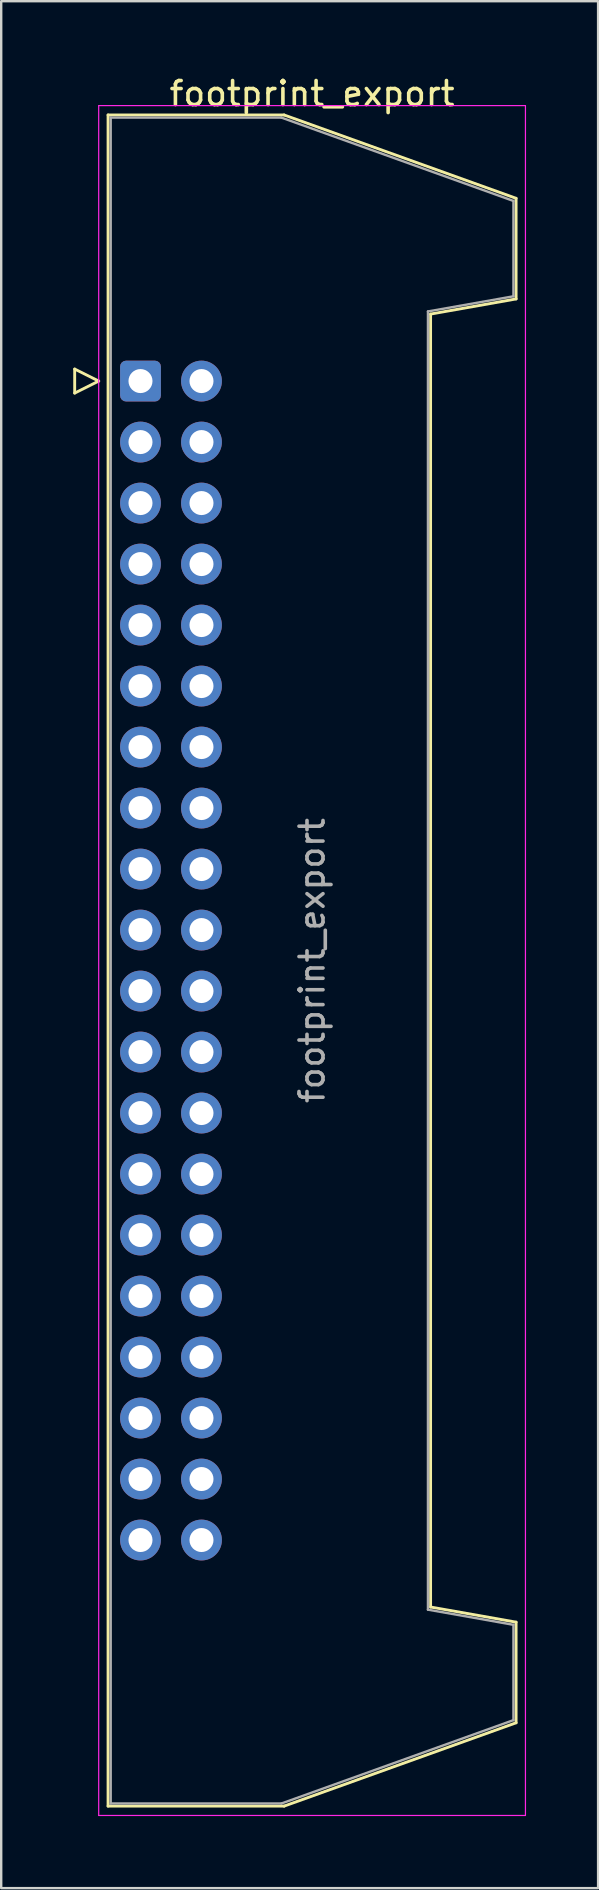
<source format=kicad_pcb>
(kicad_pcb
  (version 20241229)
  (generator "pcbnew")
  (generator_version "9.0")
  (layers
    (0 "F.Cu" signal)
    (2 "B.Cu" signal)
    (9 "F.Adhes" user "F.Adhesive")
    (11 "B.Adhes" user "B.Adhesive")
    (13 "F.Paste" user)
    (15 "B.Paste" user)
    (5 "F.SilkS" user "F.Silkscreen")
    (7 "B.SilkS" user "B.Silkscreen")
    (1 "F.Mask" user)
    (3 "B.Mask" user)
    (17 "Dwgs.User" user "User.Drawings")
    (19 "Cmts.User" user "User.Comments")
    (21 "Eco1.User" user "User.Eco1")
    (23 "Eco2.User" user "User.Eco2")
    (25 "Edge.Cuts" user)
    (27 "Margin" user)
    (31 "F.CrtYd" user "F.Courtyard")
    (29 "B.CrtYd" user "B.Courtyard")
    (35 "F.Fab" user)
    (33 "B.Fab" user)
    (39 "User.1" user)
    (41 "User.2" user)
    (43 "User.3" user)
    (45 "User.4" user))
  (footprint "footprint_export"
    (layer "F.Cu")
    (at 2.8 12.818)
    (property "Reference" "footprint_export" (at 7.145 -11.97 0) (layer "F.SilkS") (effects (font (size 1 1) (thickness 0.15))))
    (attr through_hole)
    (fp_line (start -2.74 -0.5) (end -2.74 0.5) (stroke (width 0.12) (type solid)) (layer "F.SilkS"))
    (fp_line (start -2.74 0.5) (end -1.74 0) (stroke (width 0.12) (type solid)) (layer "F.SilkS"))
    (fp_line (start -1.74 0) (end -2.74 -0.5) (stroke (width 0.12) (type solid)) (layer "F.SilkS"))
    (fp_line (start -1.35 -11.08) (end 5.98 -11.08) (stroke (width 0.12) (type solid)) (layer "F.SilkS"))
    (fp_line (start -1.35 59.34) (end -1.35 -11.08) (stroke (width 0.12) (type solid)) (layer "F.SilkS"))
    (fp_line (start 5.98 -11.08) (end 15.64 -7.61) (stroke (width 0.12) (type solid)) (layer "F.SilkS"))
    (fp_line (start 5.98 59.34) (end -1.35 59.34) (stroke (width 0.12) (type solid)) (layer "F.SilkS"))
    (fp_line (start 12.08 -2.79) (end 12.08 51.05) (stroke (width 0.12) (type solid)) (layer "F.SilkS"))
    (fp_line (start 12.08 51.05) (end 15.64 51.68) (stroke (width 0.12) (type solid)) (layer "F.SilkS"))
    (fp_line (start 15.64 -7.61) (end 15.64 -3.42) (stroke (width 0.12) (type solid)) (layer "F.SilkS"))
    (fp_line (start 15.64 -3.42) (end 12.08 -2.79) (stroke (width 0.12) (type solid)) (layer "F.SilkS"))
    (fp_line (start 15.64 51.68) (end 15.64 55.87) (stroke (width 0.12) (type solid)) (layer "F.SilkS"))
    (fp_line (start 15.64 55.87) (end 5.98 59.34) (stroke (width 0.12) (type solid)) (layer "F.SilkS"))
    (fp_line (start -1.74 -11.47) (end -1.74 59.73) (stroke (width 0.05) (type solid)) (layer "F.CrtYd"))
    (fp_line (start -1.74 59.73) (end 16.03 59.73) (stroke (width 0.05) (type solid)) (layer "F.CrtYd"))
    (fp_line (start 16.03 -11.47) (end -1.74 -11.47) (stroke (width 0.05) (type solid)) (layer "F.CrtYd"))
    (fp_line (start 16.03 59.73) (end 16.03 -11.47) (stroke (width 0.05) (type solid)) (layer "F.CrtYd"))
    (fp_line (start -1.24 -10.97) (end 5.87 -10.97) (stroke (width 0.1) (type solid)) (layer "F.Fab"))
    (fp_line (start -1.24 59.23) (end -1.24 -10.97) (stroke (width 0.1) (type solid)) (layer "F.Fab"))
    (fp_line (start 5.87 -10.97) (end 15.53 -7.5) (stroke (width 0.1) (type solid)) (layer "F.Fab"))
    (fp_line (start 5.87 59.23) (end -1.24 59.23) (stroke (width 0.1) (type solid)) (layer "F.Fab"))
    (fp_line (start 11.97 -2.9) (end 11.97 51.16) (stroke (width 0.1) (type solid)) (layer "F.Fab"))
    (fp_line (start 11.97 51.16) (end 15.53 51.79) (stroke (width 0.1) (type solid)) (layer "F.Fab"))
    (fp_line (start 15.53 -7.5) (end 15.53 -3.53) (stroke (width 0.1) (type solid)) (layer "F.Fab"))
    (fp_line (start 15.53 -3.53) (end 11.97 -2.9) (stroke (width 0.1) (type solid)) (layer "F.Fab"))
    (fp_line (start 15.53 51.79) (end 15.53 55.76) (stroke (width 0.1) (type solid)) (layer "F.Fab"))
    (fp_line (start 15.53 55.76) (end 5.87 59.23) (stroke (width 0.1) (type solid)) (layer "F.Fab"))
    (fp_text user "${REFERENCE}" (at 7.145 24.13 90) (layer "F.Fab") (effects (font (size 1 1) (thickness 0.15))))
    (pad "1" thru_hole roundrect (at 0 0) (size 1.7 1.7) (drill 1) (layers "*.Cu" "*.Mask") (roundrect_rratio 0.147))
    (pad "2" thru_hole circle (at 2.54 0) (size 1.7 1.7) (drill 1) (layers "*.Cu" "*.Mask"))
    (pad "3" thru_hole circle (at 0 2.54) (size 1.7 1.7) (drill 1) (layers "*.Cu" "*.Mask"))
    (pad "4" thru_hole circle (at 2.54 2.54) (size 1.7 1.7) (drill 1) (layers "*.Cu" "*.Mask"))
    (pad "5" thru_hole circle (at 0 5.08) (size 1.7 1.7) (drill 1) (layers "*.Cu" "*.Mask"))
    (pad "6" thru_hole circle (at 2.54 5.08) (size 1.7 1.7) (drill 1) (layers "*.Cu" "*.Mask"))
    (pad "7" thru_hole circle (at 0 7.62) (size 1.7 1.7) (drill 1) (layers "*.Cu" "*.Mask"))
    (pad "8" thru_hole circle (at 2.54 7.62) (size 1.7 1.7) (drill 1) (layers "*.Cu" "*.Mask"))
    (pad "9" thru_hole circle (at 0 10.16) (size 1.7 1.7) (drill 1) (layers "*.Cu" "*.Mask"))
    (pad "10" thru_hole circle (at 2.54 10.16) (size 1.7 1.7) (drill 1) (layers "*.Cu" "*.Mask"))
    (pad "11" thru_hole circle (at 0 12.7) (size 1.7 1.7) (drill 1) (layers "*.Cu" "*.Mask"))
    (pad "12" thru_hole circle (at 2.54 12.7) (size 1.7 1.7) (drill 1) (layers "*.Cu" "*.Mask"))
    (pad "13" thru_hole circle (at 0 15.24) (size 1.7 1.7) (drill 1) (layers "*.Cu" "*.Mask"))
    (pad "14" thru_hole circle (at 2.54 15.24) (size 1.7 1.7) (drill 1) (layers "*.Cu" "*.Mask"))
    (pad "15" thru_hole circle (at 0 17.78) (size 1.7 1.7) (drill 1) (layers "*.Cu" "*.Mask"))
    (pad "16" thru_hole circle (at 2.54 17.78) (size 1.7 1.7) (drill 1) (layers "*.Cu" "*.Mask"))
    (pad "17" thru_hole circle (at 0 20.32) (size 1.7 1.7) (drill 1) (layers "*.Cu" "*.Mask"))
    (pad "18" thru_hole circle (at 2.54 20.32) (size 1.7 1.7) (drill 1) (layers "*.Cu" "*.Mask"))
    (pad "19" thru_hole circle (at 0 22.86) (size 1.7 1.7) (drill 1) (layers "*.Cu" "*.Mask"))
    (pad "20" thru_hole circle (at 2.54 22.86) (size 1.7 1.7) (drill 1) (layers "*.Cu" "*.Mask"))
    (pad "21" thru_hole circle (at 0 25.4) (size 1.7 1.7) (drill 1) (layers "*.Cu" "*.Mask"))
    (pad "22" thru_hole circle (at 2.54 25.4) (size 1.7 1.7) (drill 1) (layers "*.Cu" "*.Mask"))
    (pad "23" thru_hole circle (at 0 27.94) (size 1.7 1.7) (drill 1) (layers "*.Cu" "*.Mask"))
    (pad "24" thru_hole circle (at 2.54 27.94) (size 1.7 1.7) (drill 1) (layers "*.Cu" "*.Mask"))
    (pad "25" thru_hole circle (at 0 30.48) (size 1.7 1.7) (drill 1) (layers "*.Cu" "*.Mask"))
    (pad "26" thru_hole circle (at 2.54 30.48) (size 1.7 1.7) (drill 1) (layers "*.Cu" "*.Mask"))
    (pad "27" thru_hole circle (at 0 33.02) (size 1.7 1.7) (drill 1) (layers "*.Cu" "*.Mask"))
    (pad "28" thru_hole circle (at 2.54 33.02) (size 1.7 1.7) (drill 1) (layers "*.Cu" "*.Mask"))
    (pad "29" thru_hole circle (at 0 35.56) (size 1.7 1.7) (drill 1) (layers "*.Cu" "*.Mask"))
    (pad "30" thru_hole circle (at 2.54 35.56) (size 1.7 1.7) (drill 1) (layers "*.Cu" "*.Mask"))
    (pad "31" thru_hole circle (at 0 38.1) (size 1.7 1.7) (drill 1) (layers "*.Cu" "*.Mask"))
    (pad "32" thru_hole circle (at 2.54 38.1) (size 1.7 1.7) (drill 1) (layers "*.Cu" "*.Mask"))
    (pad "33" thru_hole circle (at 0 40.64) (size 1.7 1.7) (drill 1) (layers "*.Cu" "*.Mask"))
    (pad "34" thru_hole circle (at 2.54 40.64) (size 1.7 1.7) (drill 1) (layers "*.Cu" "*.Mask"))
    (pad "35" thru_hole circle (at 0 43.18) (size 1.7 1.7) (drill 1) (layers "*.Cu" "*.Mask"))
    (pad "36" thru_hole circle (at 2.54 43.18) (size 1.7 1.7) (drill 1) (layers "*.Cu" "*.Mask"))
    (pad "37" thru_hole circle (at 0 45.72) (size 1.7 1.7) (drill 1) (layers "*.Cu" "*.Mask"))
    (pad "38" thru_hole circle (at 2.54 45.72) (size 1.7 1.7) (drill 1) (layers "*.Cu" "*.Mask"))
    (pad "39" thru_hole circle (at 0 48.26) (size 1.7 1.7) (drill 1) (layers "*.Cu" "*.Mask"))
    (pad "40" thru_hole circle (at 2.54 48.26) (size 1.7 1.7) (drill 1) (layers "*.Cu" "*.Mask")))
  (gr_rect
    (start -3 -3)
    (end 21.855 75.573)
    (stroke (width 0.1) (type default))
    (fill no)
    (layer "Edge.Cuts")))
</source>
